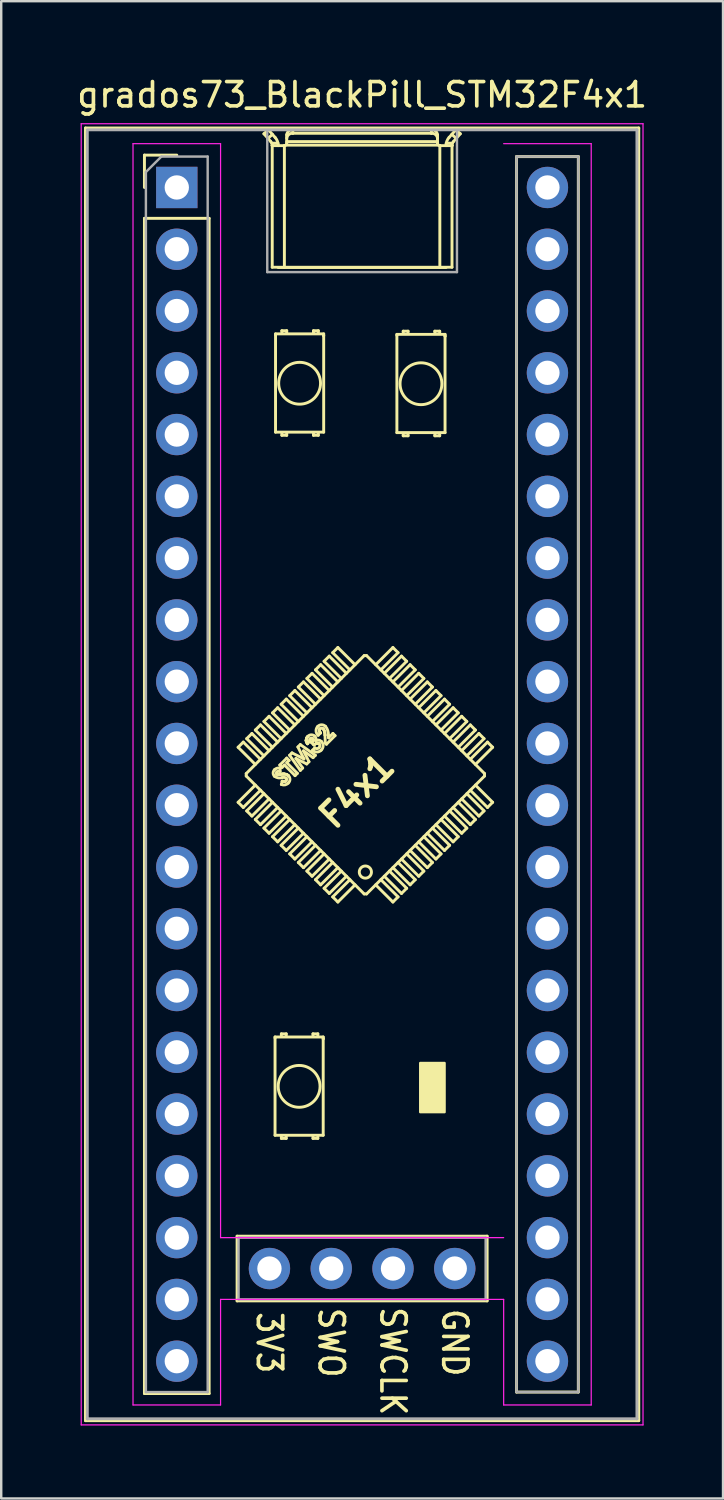
<source format=kicad_pcb>
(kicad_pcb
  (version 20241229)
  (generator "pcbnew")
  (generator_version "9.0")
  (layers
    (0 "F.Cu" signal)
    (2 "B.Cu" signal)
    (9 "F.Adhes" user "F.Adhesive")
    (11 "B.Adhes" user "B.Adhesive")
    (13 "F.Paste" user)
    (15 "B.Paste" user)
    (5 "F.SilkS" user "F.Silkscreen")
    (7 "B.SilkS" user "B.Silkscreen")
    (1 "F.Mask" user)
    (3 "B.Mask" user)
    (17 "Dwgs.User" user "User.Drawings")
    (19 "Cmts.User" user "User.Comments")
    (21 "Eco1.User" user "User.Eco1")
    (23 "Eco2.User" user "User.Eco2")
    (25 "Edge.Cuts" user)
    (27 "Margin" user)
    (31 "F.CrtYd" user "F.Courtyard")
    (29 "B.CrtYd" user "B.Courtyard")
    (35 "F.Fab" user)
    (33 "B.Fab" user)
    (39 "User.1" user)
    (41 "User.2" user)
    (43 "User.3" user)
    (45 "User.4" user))
  (footprint "grados73_BlackPill_STM32F4x1"
    (layer "F.Cu")
    (at 4.219 4.658)
    (property "Reference" "grados73_BlackPill_STM32F4x1" (at 7.62 -3.81 0) (layer "F.SilkS") (effects (font (size 1 1) (thickness 0.15))))
    (attr through_hole)
    (fp_line (start -3.755 -2.445) (end 18.995 -2.445) (stroke (width 0.12) (type solid)) (layer "F.SilkS"))
    (fp_line (start -3.755 50.705) (end -3.755 -2.445) (stroke (width 0.12) (type solid)) (layer "F.SilkS"))
    (fp_line (start -1.33 -1.33) (end 0 -1.33) (stroke (width 0.12) (type solid)) (layer "F.SilkS"))
    (fp_line (start -1.33 0) (end -1.33 -1.33) (stroke (width 0.12) (type solid)) (layer "F.SilkS"))
    (fp_line (start -1.33 1.27) (end 1.33 1.27) (stroke (width 0.12) (type solid)) (layer "F.SilkS"))
    (fp_line (start -1.33 49.59) (end -1.33 1.27) (stroke (width 0.12) (type solid)) (layer "F.SilkS"))
    (fp_line (start 1.33 1.27) (end 1.33 49.59) (stroke (width 0.12) (type solid)) (layer "F.SilkS"))
    (fp_line (start 1.33 49.59) (end -1.33 49.59) (stroke (width 0.12) (type solid)) (layer "F.SilkS"))
    (fp_line (start 2.48 43.12) (end 2.48 45.78) (stroke (width 0.12) (type solid)) (layer "F.SilkS"))
    (fp_line (start 2.48 45.78) (end 12.76 45.78) (stroke (width 0.12) (type solid)) (layer "F.SilkS"))
    (fp_line (start 2.522 23.017) (end 3.229 23.724) (stroke (width 0.12) (type solid)) (layer "F.SilkS"))
    (fp_line (start 2.522 25.28) (end 3.229 24.573) (stroke (width 0.12) (type solid)) (layer "F.SilkS"))
    (fp_line (start 2.734 22.805) (end 2.522 23.017) (stroke (width 0.12) (type solid)) (layer "F.SilkS"))
    (fp_line (start 2.734 22.805) (end 3.441 23.512) (stroke (width 0.12) (type solid)) (layer "F.SilkS"))
    (fp_line (start 2.734 25.492) (end 2.522 25.28) (stroke (width 0.12) (type solid)) (layer "F.SilkS"))
    (fp_line (start 2.734 25.492) (end 3.441 24.785) (stroke (width 0.12) (type solid)) (layer "F.SilkS"))
    (fp_line (start 2.855 24.199) (end 2.855 24.099) (stroke (width 0.12) (type solid)) (layer "F.SilkS"))
    (fp_line (start 2.855 24.199) (end 7.704 29.048) (stroke (width 0.12) (type solid)) (layer "F.SilkS"))
    (fp_line (start 2.875 22.664) (end 3.583 23.371) (stroke (width 0.12) (type solid)) (layer "F.SilkS"))
    (fp_line (start 2.875 25.634) (end 3.583 24.926) (stroke (width 0.12) (type solid)) (layer "F.SilkS"))
    (fp_line (start 3.088 22.452) (end 2.875 22.664) (stroke (width 0.12) (type solid)) (layer "F.SilkS"))
    (fp_line (start 3.088 22.452) (end 3.795 23.159) (stroke (width 0.12) (type solid)) (layer "F.SilkS"))
    (fp_line (start 3.088 25.846) (end 2.875 25.634) (stroke (width 0.12) (type solid)) (layer "F.SilkS"))
    (fp_line (start 3.088 25.846) (end 3.795 25.139) (stroke (width 0.12) (type solid)) (layer "F.SilkS"))
    (fp_line (start 3.229 22.31) (end 3.936 23.017) (stroke (width 0.12) (type solid)) (layer "F.SilkS"))
    (fp_line (start 3.229 25.987) (end 3.936 25.28) (stroke (width 0.12) (type solid)) (layer "F.SilkS"))
    (fp_line (start 3.441 22.098) (end 3.229 22.31) (stroke (width 0.12) (type solid)) (layer "F.SilkS"))
    (fp_line (start 3.441 22.098) (end 4.148 22.805) (stroke (width 0.12) (type solid)) (layer "F.SilkS"))
    (fp_line (start 3.441 26.199) (end 3.229 25.987) (stroke (width 0.12) (type solid)) (layer "F.SilkS"))
    (fp_line (start 3.441 26.199) (end 4.148 25.492) (stroke (width 0.12) (type solid)) (layer "F.SilkS"))
    (fp_line (start 3.583 -2.207) (end 3.861 -1.891) (stroke (width 0.12) (type solid)) (layer "F.SilkS"))
    (fp_line (start 3.583 21.957) (end 4.29 22.664) (stroke (width 0.12) (type solid)) (layer "F.SilkS"))
    (fp_line (start 3.583 26.341) (end 4.29 25.634) (stroke (width 0.12) (type solid)) (layer "F.SilkS"))
    (fp_line (start 3.748 -2.02) (end 3.933 -2.182) (stroke (width 0.12) (type solid)) (layer "F.SilkS"))
    (fp_line (start 3.767 -2.37) (end 3.583 -2.207) (stroke (width 0.12) (type solid)) (layer "F.SilkS"))
    (fp_line (start 3.795 21.744) (end 3.583 21.957) (stroke (width 0.12) (type solid)) (layer "F.SilkS"))
    (fp_line (start 3.795 21.744) (end 4.502 22.452) (stroke (width 0.12) (type solid)) (layer "F.SilkS"))
    (fp_line (start 3.795 26.553) (end 3.583 26.341) (stroke (width 0.12) (type solid)) (layer "F.SilkS"))
    (fp_line (start 3.795 26.553) (end 4.502 25.846) (stroke (width 0.12) (type solid)) (layer "F.SilkS"))
    (fp_line (start 3.924 -1.728) (end 3.929 -1.72) (stroke (width 0.12) (type solid)) (layer "F.SilkS"))
    (fp_line (start 3.924 -1.726) (end 3.924 -1.728) (stroke (width 0.12) (type solid)) (layer "F.SilkS"))
    (fp_line (start 3.924 -1.726) (end 3.924 3.28) (stroke (width 0.12) (type solid)) (layer "F.SilkS"))
    (fp_line (start 3.929 -1.72) (end 3.93 -1.72) (stroke (width 0.12) (type solid)) (layer "F.SilkS"))
    (fp_line (start 3.93 -1.72) (end 4.42 -1.72) (stroke (width 0.12) (type solid)) (layer "F.SilkS"))
    (fp_line (start 3.936 21.603) (end 4.643 22.31) (stroke (width 0.12) (type solid)) (layer "F.SilkS"))
    (fp_line (start 3.936 26.694) (end 4.643 25.987) (stroke (width 0.12) (type solid)) (layer "F.SilkS"))
    (fp_line (start 4.04 34.97) (end 4.04 34.93) (stroke (width 0.12) (type solid)) (layer "F.SilkS"))
    (fp_line (start 4.04 34.98) (end 4.04 38.97) (stroke (width 0.12) (type solid)) (layer "F.SilkS"))
    (fp_line (start 4.04 38.97) (end 6.02 38.97) (stroke (width 0.12) (type solid)) (layer "F.SilkS"))
    (fp_line (start 4.045 -2.055) (end 3.767 -2.37) (stroke (width 0.12) (type solid)) (layer "F.SilkS"))
    (fp_line (start 4.06 6.06) (end 4.06 6.02) (stroke (width 0.12) (type solid)) (layer "F.SilkS"))
    (fp_line (start 4.06 6.07) (end 4.06 10.06) (stroke (width 0.12) (type solid)) (layer "F.SilkS"))
    (fp_line (start 4.06 10.06) (end 6.04 10.06) (stroke (width 0.12) (type solid)) (layer "F.SilkS"))
    (fp_line (start 4.108 24.11) (end 4.126 24.122) (stroke (width 0.12) (type solid)) (layer "F.SilkS"))
    (fp_line (start 4.108 24.11) (end 4.126 24.122) (stroke (width 0.12) (type solid)) (layer "F.SilkS"))
    (fp_line (start 4.126 24.122) (end 4.142 24.127) (stroke (width 0.12) (type solid)) (layer "F.SilkS"))
    (fp_line (start 4.126 24.122) (end 4.142 24.127) (stroke (width 0.12) (type solid)) (layer "F.SilkS"))
    (fp_line (start 4.142 24.127) (end 4.221 24.127) (stroke (width 0.12) (type solid)) (layer "F.SilkS"))
    (fp_line (start 4.142 24.127) (end 4.221 24.127) (stroke (width 0.12) (type solid)) (layer "F.SilkS"))
    (fp_line (start 4.148 21.391) (end 3.936 21.603) (stroke (width 0.12) (type solid)) (layer "F.SilkS"))
    (fp_line (start 4.148 21.391) (end 4.855 22.098) (stroke (width 0.12) (type solid)) (layer "F.SilkS"))
    (fp_line (start 4.148 26.906) (end 3.936 26.694) (stroke (width 0.12) (type solid)) (layer "F.SilkS"))
    (fp_line (start 4.148 26.906) (end 4.855 26.199) (stroke (width 0.12) (type solid)) (layer "F.SilkS"))
    (fp_line (start 4.161 -1.82) (end 3.905 -1.82) (stroke (width 0.12) (type solid)) (layer "F.SilkS"))
    (fp_line (start 4.17 -1.72) (end 4.17 -1.724) (stroke (width 0.12) (type solid)) (layer "F.SilkS"))
    (fp_line (start 4.221 24.127) (end 4.283 24.123) (stroke (width 0.12) (type solid)) (layer "F.SilkS"))
    (fp_line (start 4.221 24.127) (end 4.283 24.123) (stroke (width 0.12) (type solid)) (layer "F.SilkS"))
    (fp_line (start 4.236 23.749) (end 4.522 23.463) (stroke (width 0.12) (type solid)) (layer "F.SilkS"))
    (fp_line (start 4.253 23.874) (end 4.247 24.011) (stroke (width 0.12) (type solid)) (layer "F.SilkS"))
    (fp_line (start 4.283 24.123) (end 4.355 24.118) (stroke (width 0.12) (type solid)) (layer "F.SilkS"))
    (fp_line (start 4.283 24.123) (end 4.355 24.118) (stroke (width 0.12) (type solid)) (layer "F.SilkS"))
    (fp_line (start 4.29 21.249) (end 4.997 21.957) (stroke (width 0.12) (type solid)) (layer "F.SilkS"))
    (fp_line (start 4.29 27.048) (end 4.997 26.341) (stroke (width 0.12) (type solid)) (layer "F.SilkS"))
    (fp_line (start 4.3 34.8) (end 4.5 34.8) (stroke (width 0.12) (type solid)) (layer "F.SilkS"))
    (fp_line (start 4.3 34.87) (end 4.3 34.8) (stroke (width 0.12) (type solid)) (layer "F.SilkS"))
    (fp_line (start 4.3 39.03) (end 4.3 39.1) (stroke (width 0.12) (type solid)) (layer "F.SilkS"))
    (fp_line (start 4.3 39.1) (end 4.5 39.1) (stroke (width 0.12) (type solid)) (layer "F.SilkS"))
    (fp_line (start 4.3 24.547) (end 4.334 24.413) (stroke (width 0.12) (type solid)) (layer "F.SilkS"))
    (fp_line (start 4.32 5.89) (end 4.52 5.89) (stroke (width 0.12) (type solid)) (layer "F.SilkS"))
    (fp_line (start 4.32 5.96) (end 4.32 5.89) (stroke (width 0.12) (type solid)) (layer "F.SilkS"))
    (fp_line (start 4.32 10.12) (end 4.32 10.19) (stroke (width 0.12) (type solid)) (layer "F.SilkS"))
    (fp_line (start 4.32 10.19) (end 4.52 10.19) (stroke (width 0.12) (type solid)) (layer "F.SilkS"))
    (fp_line (start 4.331 23.844) (end 4.236 23.749) (stroke (width 0.12) (type solid)) (layer "F.SilkS"))
    (fp_line (start 4.334 24.413) (end 4.424 24.424) (stroke (width 0.12) (type solid)) (layer "F.SilkS"))
    (fp_line (start 4.334 24.413) (end 4.424 24.424) (stroke (width 0.12) (type solid)) (layer "F.SilkS"))
    (fp_line (start 4.355 24.118) (end 4.412 24.116) (stroke (width 0.12) (type solid)) (layer "F.SilkS"))
    (fp_line (start 4.355 24.118) (end 4.412 24.116) (stroke (width 0.12) (type solid)) (layer "F.SilkS"))
    (fp_line (start 4.412 24.116) (end 4.518 24.135) (stroke (width 0.12) (type solid)) (layer "F.SilkS"))
    (fp_line (start 4.412 24.116) (end 4.518 24.135) (stroke (width 0.12) (type solid)) (layer "F.SilkS"))
    (fp_line (start 4.42 -1.72) (end 4.424 -1.72) (stroke (width 0.12) (type solid)) (layer "F.SilkS"))
    (fp_line (start 4.424 -1.72) (end 4.424 3.29) (stroke (width 0.12) (type solid)) (layer "F.SilkS"))
    (fp_line (start 4.424 24.424) (end 4.459 24.415) (stroke (width 0.12) (type solid)) (layer "F.SilkS"))
    (fp_line (start 4.424 24.424) (end 4.459 24.415) (stroke (width 0.12) (type solid)) (layer "F.SilkS"))
    (fp_line (start 4.427 23.749) (end 4.331 23.844) (stroke (width 0.12) (type solid)) (layer "F.SilkS"))
    (fp_line (start 4.459 24.415) (end 4.489 24.394) (stroke (width 0.12) (type solid)) (layer "F.SilkS"))
    (fp_line (start 4.459 24.415) (end 4.489 24.394) (stroke (width 0.12) (type solid)) (layer "F.SilkS"))
    (fp_line (start 4.5 34.8) (end 4.5 34.89) (stroke (width 0.12) (type solid)) (layer "F.SilkS"))
    (fp_line (start 4.5 39.1) (end 4.5 39.02) (stroke (width 0.12) (type solid)) (layer "F.SilkS"))
    (fp_line (start 4.502 21.037) (end 4.29 21.249) (stroke (width 0.12) (type solid)) (layer "F.SilkS"))
    (fp_line (start 4.502 21.037) (end 5.209 21.744) (stroke (width 0.12) (type solid)) (layer "F.SilkS"))
    (fp_line (start 4.502 27.26) (end 4.29 27.048) (stroke (width 0.12) (type solid)) (layer "F.SilkS"))
    (fp_line (start 4.502 27.26) (end 5.209 26.553) (stroke (width 0.12) (type solid)) (layer "F.SilkS"))
    (fp_line (start 4.518 24.135) (end 4.588 24.183) (stroke (width 0.12) (type solid)) (layer "F.SilkS"))
    (fp_line (start 4.518 24.135) (end 4.588 24.183) (stroke (width 0.12) (type solid)) (layer "F.SilkS"))
    (fp_line (start 4.52 -2.165) (end 4.52 -1.82) (stroke (width 0.12) (type solid)) (layer "F.SilkS"))
    (fp_line (start 4.52 -1.885) (end 10.72 -1.885) (stroke (width 0.12) (type solid)) (layer "F.SilkS"))
    (fp_line (start 4.52 5.89) (end 4.52 5.98) (stroke (width 0.12) (type solid)) (layer "F.SilkS"))
    (fp_line (start 4.52 10.19) (end 4.52 10.11) (stroke (width 0.12) (type solid)) (layer "F.SilkS"))
    (fp_line (start 4.522 23.463) (end 4.617 23.559) (stroke (width 0.12) (type solid)) (layer "F.SilkS"))
    (fp_line (start 4.522 23.654) (end 4.957 24.089) (stroke (width 0.12) (type solid)) (layer "F.SilkS"))
    (fp_line (start 4.617 23.559) (end 4.522 23.654) (stroke (width 0.12) (type solid)) (layer "F.SilkS"))
    (fp_line (start 4.639 23.347) (end 4.737 23.248) (stroke (width 0.12) (type solid)) (layer "F.SilkS"))
    (fp_line (start 4.643 20.896) (end 5.35 21.603) (stroke (width 0.12) (type solid)) (layer "F.SilkS"))
    (fp_line (start 4.643 27.401) (end 5.35 26.694) (stroke (width 0.12) (type solid)) (layer "F.SilkS"))
    (fp_line (start 4.737 23.248) (end 5.228 23.497) (stroke (width 0.12) (type solid)) (layer "F.SilkS"))
    (fp_line (start 4.77 -2.227) (end 4.77 -2.37) (stroke (width 0.12) (type solid)) (layer "F.SilkS"))
    (fp_line (start 4.855 20.684) (end 4.643 20.896) (stroke (width 0.12) (type solid)) (layer "F.SilkS"))
    (fp_line (start 4.855 20.684) (end 5.562 21.391) (stroke (width 0.12) (type solid)) (layer "F.SilkS"))
    (fp_line (start 4.855 27.613) (end 4.643 27.401) (stroke (width 0.12) (type solid)) (layer "F.SilkS"))
    (fp_line (start 4.855 27.613) (end 5.562 26.906) (stroke (width 0.12) (type solid)) (layer "F.SilkS"))
    (fp_line (start 4.862 24.184) (end 4.427 23.749) (stroke (width 0.12) (type solid)) (layer "F.SilkS"))
    (fp_line (start 4.897 23.479) (end 5.176 23.87) (stroke (width 0.12) (type solid)) (layer "F.SilkS"))
    (fp_line (start 4.957 24.089) (end 4.862 24.184) (stroke (width 0.12) (type solid)) (layer "F.SilkS"))
    (fp_line (start 4.98 23.005) (end 5.078 22.907) (stroke (width 0.12) (type solid)) (layer "F.SilkS"))
    (fp_line (start 4.997 20.542) (end 5.704 21.249) (stroke (width 0.12) (type solid)) (layer "F.SilkS"))
    (fp_line (start 4.997 27.755) (end 5.704 27.048) (stroke (width 0.12) (type solid)) (layer "F.SilkS"))
    (fp_line (start 5.078 22.907) (end 5.698 23.348) (stroke (width 0.12) (type solid)) (layer "F.SilkS"))
    (fp_line (start 5.079 23.967) (end 4.639 23.347) (stroke (width 0.12) (type solid)) (layer "F.SilkS"))
    (fp_line (start 5.176 23.87) (end 5.079 23.967) (stroke (width 0.12) (type solid)) (layer "F.SilkS"))
    (fp_line (start 5.209 20.33) (end 4.997 20.542) (stroke (width 0.12) (type solid)) (layer "F.SilkS"))
    (fp_line (start 5.209 20.33) (end 5.916 21.037) (stroke (width 0.12) (type solid)) (layer "F.SilkS"))
    (fp_line (start 5.209 27.967) (end 4.997 27.755) (stroke (width 0.12) (type solid)) (layer "F.SilkS"))
    (fp_line (start 5.209 27.967) (end 5.916 27.26) (stroke (width 0.12) (type solid)) (layer "F.SilkS"))
    (fp_line (start 5.21 23.166) (end 5.435 23.611) (stroke (width 0.12) (type solid)) (layer "F.SilkS"))
    (fp_line (start 5.228 23.497) (end 4.98 23.005) (stroke (width 0.12) (type solid)) (layer "F.SilkS"))
    (fp_line (start 5.319 22.738) (end 5.339 22.637) (stroke (width 0.12) (type solid)) (layer "F.SilkS"))
    (fp_line (start 5.319 22.738) (end 5.339 22.637) (stroke (width 0.12) (type solid)) (layer "F.SilkS"))
    (fp_line (start 5.331 22.801) (end 5.319 22.738) (stroke (width 0.12) (type solid)) (layer "F.SilkS"))
    (fp_line (start 5.331 22.801) (end 5.319 22.738) (stroke (width 0.12) (type solid)) (layer "F.SilkS"))
    (fp_line (start 5.339 22.637) (end 5.387 22.571) (stroke (width 0.12) (type solid)) (layer "F.SilkS"))
    (fp_line (start 5.339 22.637) (end 5.387 22.571) (stroke (width 0.12) (type solid)) (layer "F.SilkS"))
    (fp_line (start 5.342 23.704) (end 4.897 23.479) (stroke (width 0.12) (type solid)) (layer "F.SilkS"))
    (fp_line (start 5.35 20.189) (end 6.057 20.896) (stroke (width 0.12) (type solid)) (layer "F.SilkS"))
    (fp_line (start 5.35 28.108) (end 6.057 27.401) (stroke (width 0.12) (type solid)) (layer "F.SilkS"))
    (fp_line (start 5.372 22.872) (end 5.331 22.801) (stroke (width 0.12) (type solid)) (layer "F.SilkS"))
    (fp_line (start 5.372 22.872) (end 5.331 22.801) (stroke (width 0.12) (type solid)) (layer "F.SilkS"))
    (fp_line (start 5.435 23.611) (end 5.342 23.704) (stroke (width 0.12) (type solid)) (layer "F.SilkS"))
    (fp_line (start 5.467 22.777) (end 5.372 22.872) (stroke (width 0.12) (type solid)) (layer "F.SilkS"))
    (fp_line (start 5.549 22.831) (end 5.6 22.752) (stroke (width 0.12) (type solid)) (layer "F.SilkS"))
    (fp_line (start 5.549 22.831) (end 5.6 22.752) (stroke (width 0.12) (type solid)) (layer "F.SilkS"))
    (fp_line (start 5.562 19.977) (end 5.35 20.189) (stroke (width 0.12) (type solid)) (layer "F.SilkS"))
    (fp_line (start 5.562 19.977) (end 6.27 20.684) (stroke (width 0.12) (type solid)) (layer "F.SilkS"))
    (fp_line (start 5.562 28.321) (end 5.35 28.108) (stroke (width 0.12) (type solid)) (layer "F.SilkS"))
    (fp_line (start 5.562 28.321) (end 6.27 27.613) (stroke (width 0.12) (type solid)) (layer "F.SilkS"))
    (fp_line (start 5.583 23.137) (end 5.678 23.042) (stroke (width 0.12) (type solid)) (layer "F.SilkS"))
    (fp_line (start 5.598 22.683) (end 5.585 22.664) (stroke (width 0.12) (type solid)) (layer "F.SilkS"))
    (fp_line (start 5.598 22.683) (end 5.585 22.664) (stroke (width 0.12) (type solid)) (layer "F.SilkS"))
    (fp_line (start 5.6 34.8) (end 5.6 34.9) (stroke (width 0.12) (type solid)) (layer "F.SilkS"))
    (fp_line (start 5.6 39.1) (end 5.6 39.03) (stroke (width 0.12) (type solid)) (layer "F.SilkS"))
    (fp_line (start 5.6 22.752) (end 5.605 22.706) (stroke (width 0.12) (type solid)) (layer "F.SilkS"))
    (fp_line (start 5.6 22.752) (end 5.605 22.706) (stroke (width 0.12) (type solid)) (layer "F.SilkS"))
    (fp_line (start 5.602 23.444) (end 5.21 23.166) (stroke (width 0.12) (type solid)) (layer "F.SilkS"))
    (fp_line (start 5.605 22.706) (end 5.598 22.683) (stroke (width 0.12) (type solid)) (layer "F.SilkS"))
    (fp_line (start 5.605 22.706) (end 5.598 22.683) (stroke (width 0.12) (type solid)) (layer "F.SilkS"))
    (fp_line (start 5.62 5.89) (end 5.62 5.99) (stroke (width 0.12) (type solid)) (layer "F.SilkS"))
    (fp_line (start 5.62 10.19) (end 5.62 10.12) (stroke (width 0.12) (type solid)) (layer "F.SilkS"))
    (fp_line (start 5.637 22.92) (end 5.549 22.831) (stroke (width 0.12) (type solid)) (layer "F.SilkS"))
    (fp_line (start 5.698 23.348) (end 5.602 23.444) (stroke (width 0.12) (type solid)) (layer "F.SilkS"))
    (fp_line (start 5.704 19.835) (end 6.411 20.542) (stroke (width 0.12) (type solid)) (layer "F.SilkS"))
    (fp_line (start 5.704 28.462) (end 6.411 27.755) (stroke (width 0.12) (type solid)) (layer "F.SilkS"))
    (fp_line (start 5.738 22.854) (end 5.637 22.92) (stroke (width 0.12) (type solid)) (layer "F.SilkS"))
    (fp_line (start 5.738 22.854) (end 5.637 22.92) (stroke (width 0.12) (type solid)) (layer "F.SilkS"))
    (fp_line (start 5.798 22.849) (end 5.738 22.854) (stroke (width 0.12) (type solid)) (layer "F.SilkS"))
    (fp_line (start 5.798 22.849) (end 5.738 22.854) (stroke (width 0.12) (type solid)) (layer "F.SilkS"))
    (fp_line (start 5.8 34.8) (end 5.6 34.8) (stroke (width 0.12) (type solid)) (layer "F.SilkS"))
    (fp_line (start 5.8 34.87) (end 5.8 34.8) (stroke (width 0.12) (type solid)) (layer "F.SilkS"))
    (fp_line (start 5.8 39.03) (end 5.8 39.1) (stroke (width 0.12) (type solid)) (layer "F.SilkS"))
    (fp_line (start 5.8 39.1) (end 5.6 39.1) (stroke (width 0.12) (type solid)) (layer "F.SilkS"))
    (fp_line (start 5.82 5.89) (end 5.62 5.89) (stroke (width 0.12) (type solid)) (layer "F.SilkS"))
    (fp_line (start 5.82 5.96) (end 5.82 5.89) (stroke (width 0.12) (type solid)) (layer "F.SilkS"))
    (fp_line (start 5.82 10.12) (end 5.82 10.19) (stroke (width 0.12) (type solid)) (layer "F.SilkS"))
    (fp_line (start 5.82 10.19) (end 5.62 10.19) (stroke (width 0.12) (type solid)) (layer "F.SilkS"))
    (fp_line (start 5.827 22.858) (end 5.798 22.849) (stroke (width 0.12) (type solid)) (layer "F.SilkS"))
    (fp_line (start 5.827 22.858) (end 5.798 22.849) (stroke (width 0.12) (type solid)) (layer "F.SilkS"))
    (fp_line (start 5.852 22.876) (end 5.827 22.858) (stroke (width 0.12) (type solid)) (layer "F.SilkS"))
    (fp_line (start 5.852 22.876) (end 5.827 22.858) (stroke (width 0.12) (type solid)) (layer "F.SilkS"))
    (fp_line (start 5.862 22.307) (end 5.866 22.36) (stroke (width 0.12) (type solid)) (layer "F.SilkS"))
    (fp_line (start 5.862 22.307) (end 5.866 22.36) (stroke (width 0.12) (type solid)) (layer "F.SilkS"))
    (fp_line (start 5.866 22.36) (end 5.909 22.43) (stroke (width 0.12) (type solid)) (layer "F.SilkS"))
    (fp_line (start 5.866 22.36) (end 5.909 22.43) (stroke (width 0.12) (type solid)) (layer "F.SilkS"))
    (fp_line (start 5.887 22.261) (end 5.862 22.307) (stroke (width 0.12) (type solid)) (layer "F.SilkS"))
    (fp_line (start 5.887 22.261) (end 5.862 22.307) (stroke (width 0.12) (type solid)) (layer "F.SilkS"))
    (fp_line (start 5.909 22.43) (end 5.814 22.525) (stroke (width 0.12) (type solid)) (layer "F.SilkS"))
    (fp_line (start 5.916 19.623) (end 5.704 19.835) (stroke (width 0.12) (type solid)) (layer "F.SilkS"))
    (fp_line (start 5.916 19.623) (end 6.623 20.33) (stroke (width 0.12) (type solid)) (layer "F.SilkS"))
    (fp_line (start 5.916 28.674) (end 5.704 28.462) (stroke (width 0.12) (type solid)) (layer "F.SilkS"))
    (fp_line (start 5.916 28.674) (end 6.623 27.967) (stroke (width 0.12) (type solid)) (layer "F.SilkS"))
    (fp_line (start 6.02 34.93) (end 4.04 34.93) (stroke (width 0.12) (type solid)) (layer "F.SilkS"))
    (fp_line (start 6.02 34.98) (end 6.02 34.93) (stroke (width 0.12) (type solid)) (layer "F.SilkS"))
    (fp_line (start 6.02 35) (end 6.02 34.99) (stroke (width 0.12) (type solid)) (layer "F.SilkS"))
    (fp_line (start 6.02 35.01) (end 6.02 35) (stroke (width 0.12) (type solid)) (layer "F.SilkS"))
    (fp_line (start 6.02 38.97) (end 6.02 35.03) (stroke (width 0.12) (type solid)) (layer "F.SilkS"))
    (fp_line (start 6.04 6.02) (end 4.06 6.02) (stroke (width 0.12) (type solid)) (layer "F.SilkS"))
    (fp_line (start 6.04 6.07) (end 6.04 6.02) (stroke (width 0.12) (type solid)) (layer "F.SilkS"))
    (fp_line (start 6.04 6.09) (end 6.04 6.08) (stroke (width 0.12) (type solid)) (layer "F.SilkS"))
    (fp_line (start 6.04 6.1) (end 6.04 6.09) (stroke (width 0.12) (type solid)) (layer "F.SilkS"))
    (fp_line (start 6.04 10.06) (end 6.04 6.12) (stroke (width 0.12) (type solid)) (layer "F.SilkS"))
    (fp_line (start 6.057 19.482) (end 6.765 20.189) (stroke (width 0.12) (type solid)) (layer "F.SilkS"))
    (fp_line (start 6.057 28.815) (end 6.765 28.108) (stroke (width 0.12) (type solid)) (layer "F.SilkS"))
    (fp_line (start 6.08 22.368) (end 6.027 22.263) (stroke (width 0.12) (type solid)) (layer "F.SilkS"))
    (fp_line (start 6.08 22.368) (end 6.027 22.263) (stroke (width 0.12) (type solid)) (layer "F.SilkS"))
    (fp_line (start 6.095 22.52) (end 6.08 22.368) (stroke (width 0.12) (type solid)) (layer "F.SilkS"))
    (fp_line (start 6.095 22.52) (end 6.08 22.368) (stroke (width 0.12) (type solid)) (layer "F.SilkS"))
    (fp_line (start 6.105 22.844) (end 6.095 22.52) (stroke (width 0.12) (type solid)) (layer "F.SilkS"))
    (fp_line (start 6.154 22.892) (end 6.105 22.844) (stroke (width 0.12) (type solid)) (layer "F.SilkS"))
    (fp_line (start 6.232 22.51) (end 6.24 22.629) (stroke (width 0.12) (type solid)) (layer "F.SilkS"))
    (fp_line (start 6.24 22.629) (end 6.419 22.45) (stroke (width 0.12) (type solid)) (layer "F.SilkS"))
    (fp_line (start 6.27 19.27) (end 6.057 19.482) (stroke (width 0.12) (type solid)) (layer "F.SilkS"))
    (fp_line (start 6.27 19.27) (end 6.977 19.977) (stroke (width 0.12) (type solid)) (layer "F.SilkS"))
    (fp_line (start 6.27 29.028) (end 6.057 28.815) (stroke (width 0.12) (type solid)) (layer "F.SilkS"))
    (fp_line (start 6.27 29.028) (end 6.977 28.321) (stroke (width 0.12) (type solid)) (layer "F.SilkS"))
    (fp_line (start 6.411 19.128) (end 7.118 19.835) (stroke (width 0.12) (type solid)) (layer "F.SilkS"))
    (fp_line (start 6.411 29.169) (end 7.118 28.462) (stroke (width 0.12) (type solid)) (layer "F.SilkS"))
    (fp_line (start 6.419 22.45) (end 6.507 22.539) (stroke (width 0.12) (type solid)) (layer "F.SilkS"))
    (fp_line (start 6.507 22.539) (end 6.154 22.892) (stroke (width 0.12) (type solid)) (layer "F.SilkS"))
    (fp_line (start 6.623 18.916) (end 6.411 19.128) (stroke (width 0.12) (type solid)) (layer "F.SilkS"))
    (fp_line (start 6.623 18.916) (end 7.33 19.623) (stroke (width 0.12) (type solid)) (layer "F.SilkS"))
    (fp_line (start 6.623 29.381) (end 6.411 29.169) (stroke (width 0.12) (type solid)) (layer "F.SilkS"))
    (fp_line (start 6.623 29.381) (end 7.33 28.674) (stroke (width 0.12) (type solid)) (layer "F.SilkS"))
    (fp_line (start 7.704 19.249) (end 2.855 24.099) (stroke (width 0.12) (type solid)) (layer "F.SilkS"))
    (fp_line (start 7.704 29.048) (end 7.804 29.048) (stroke (width 0.12) (type solid)) (layer "F.SilkS"))
    (fp_line (start 7.804 19.249) (end 7.704 19.249) (stroke (width 0.12) (type solid)) (layer "F.SilkS"))
    (fp_line (start 8.886 18.916) (end 8.179 19.623) (stroke (width 0.12) (type solid)) (layer "F.SilkS"))
    (fp_line (start 8.886 29.381) (end 8.179 28.674) (stroke (width 0.12) (type solid)) (layer "F.SilkS"))
    (fp_line (start 9.05 6.08) (end 9.05 6.04) (stroke (width 0.12) (type solid)) (layer "F.SilkS"))
    (fp_line (start 9.05 6.09) (end 9.05 10.08) (stroke (width 0.12) (type solid)) (layer "F.SilkS"))
    (fp_line (start 9.05 10.08) (end 11.03 10.08) (stroke (width 0.12) (type solid)) (layer "F.SilkS"))
    (fp_line (start 9.098 19.128) (end 8.391 19.835) (stroke (width 0.12) (type solid)) (layer "F.SilkS"))
    (fp_line (start 9.098 19.128) (end 8.886 18.916) (stroke (width 0.12) (type solid)) (layer "F.SilkS"))
    (fp_line (start 9.098 29.169) (end 8.391 28.462) (stroke (width 0.12) (type solid)) (layer "F.SilkS"))
    (fp_line (start 9.098 29.169) (end 8.886 29.381) (stroke (width 0.12) (type solid)) (layer "F.SilkS"))
    (fp_line (start 9.239 19.27) (end 8.532 19.977) (stroke (width 0.12) (type solid)) (layer "F.SilkS"))
    (fp_line (start 9.239 29.028) (end 8.532 28.321) (stroke (width 0.12) (type solid)) (layer "F.SilkS"))
    (fp_line (start 9.31 5.91) (end 9.51 5.91) (stroke (width 0.12) (type solid)) (layer "F.SilkS"))
    (fp_line (start 9.31 5.98) (end 9.31 5.91) (stroke (width 0.12) (type solid)) (layer "F.SilkS"))
    (fp_line (start 9.31 10.14) (end 9.31 10.21) (stroke (width 0.12) (type solid)) (layer "F.SilkS"))
    (fp_line (start 9.31 10.21) (end 9.51 10.21) (stroke (width 0.12) (type solid)) (layer "F.SilkS"))
    (fp_line (start 9.452 19.482) (end 8.744 20.189) (stroke (width 0.12) (type solid)) (layer "F.SilkS"))
    (fp_line (start 9.452 19.482) (end 9.239 19.27) (stroke (width 0.12) (type solid)) (layer "F.SilkS"))
    (fp_line (start 9.452 28.815) (end 8.744 28.108) (stroke (width 0.12) (type solid)) (layer "F.SilkS"))
    (fp_line (start 9.452 28.815) (end 9.239 29.028) (stroke (width 0.12) (type solid)) (layer "F.SilkS"))
    (fp_line (start 9.51 5.91) (end 9.51 6) (stroke (width 0.12) (type solid)) (layer "F.SilkS"))
    (fp_line (start 9.51 10.21) (end 9.51 10.13) (stroke (width 0.12) (type solid)) (layer "F.SilkS"))
    (fp_line (start 9.593 19.623) (end 8.886 20.33) (stroke (width 0.12) (type solid)) (layer "F.SilkS"))
    (fp_line (start 9.593 28.674) (end 8.886 27.967) (stroke (width 0.12) (type solid)) (layer "F.SilkS"))
    (fp_line (start 9.805 19.835) (end 9.098 20.542) (stroke (width 0.12) (type solid)) (layer "F.SilkS"))
    (fp_line (start 9.805 19.835) (end 9.593 19.623) (stroke (width 0.12) (type solid)) (layer "F.SilkS"))
    (fp_line (start 9.805 28.462) (end 9.098 27.755) (stroke (width 0.12) (type solid)) (layer "F.SilkS"))
    (fp_line (start 9.805 28.462) (end 9.593 28.674) (stroke (width 0.12) (type solid)) (layer "F.SilkS"))
    (fp_line (start 9.947 19.977) (end 9.239 20.684) (stroke (width 0.12) (type solid)) (layer "F.SilkS"))
    (fp_line (start 9.947 28.321) (end 9.239 27.613) (stroke (width 0.12) (type solid)) (layer "F.SilkS"))
    (fp_line (start 10.159 20.189) (end 9.452 20.896) (stroke (width 0.12) (type solid)) (layer "F.SilkS"))
    (fp_line (start 10.159 20.189) (end 9.947 19.977) (stroke (width 0.12) (type solid)) (layer "F.SilkS"))
    (fp_line (start 10.159 28.108) (end 9.452 27.401) (stroke (width 0.12) (type solid)) (layer "F.SilkS"))
    (fp_line (start 10.159 28.108) (end 9.947 28.321) (stroke (width 0.12) (type solid)) (layer "F.SilkS"))
    (fp_line (start 10.3 20.33) (end 9.593 21.037) (stroke (width 0.12) (type solid)) (layer "F.SilkS"))
    (fp_line (start 10.3 27.967) (end 9.593 27.26) (stroke (width 0.12) (type solid)) (layer "F.SilkS"))
    (fp_line (start 10.47 -2.37) (end 4.77 -2.37) (stroke (width 0.12) (type solid)) (layer "F.SilkS"))
    (fp_line (start 10.47 -2.227) (end 4.77 -2.227) (stroke (width 0.12) (type solid)) (layer "F.SilkS"))
    (fp_line (start 10.47 -2.227) (end 10.47 -2.37) (stroke (width 0.12) (type solid)) (layer "F.SilkS"))
    (fp_line (start 10.512 20.542) (end 9.805 21.249) (stroke (width 0.12) (type solid)) (layer "F.SilkS"))
    (fp_line (start 10.512 20.542) (end 10.3 20.33) (stroke (width 0.12) (type solid)) (layer "F.SilkS"))
    (fp_line (start 10.512 27.755) (end 9.805 27.048) (stroke (width 0.12) (type solid)) (layer "F.SilkS"))
    (fp_line (start 10.512 27.755) (end 10.3 27.967) (stroke (width 0.12) (type solid)) (layer "F.SilkS"))
    (fp_line (start 10.61 5.91) (end 10.61 6.01) (stroke (width 0.12) (type solid)) (layer "F.SilkS"))
    (fp_line (start 10.61 10.21) (end 10.61 10.14) (stroke (width 0.12) (type solid)) (layer "F.SilkS"))
    (fp_line (start 10.654 20.684) (end 9.947 21.391) (stroke (width 0.12) (type solid)) (layer "F.SilkS"))
    (fp_line (start 10.654 27.613) (end 9.947 26.906) (stroke (width 0.12) (type solid)) (layer "F.SilkS"))
    (fp_line (start 10.72 -2.165) (end 10.72 -1.82) (stroke (width 0.12) (type solid)) (layer "F.SilkS"))
    (fp_line (start 10.758 -1.741) (end 4.482 -1.741) (stroke (width 0.12) (type solid)) (layer "F.SilkS"))
    (fp_line (start 10.81 5.91) (end 10.61 5.91) (stroke (width 0.12) (type solid)) (layer "F.SilkS"))
    (fp_line (start 10.81 5.98) (end 10.81 5.91) (stroke (width 0.12) (type solid)) (layer "F.SilkS"))
    (fp_line (start 10.81 10.14) (end 10.81 10.21) (stroke (width 0.12) (type solid)) (layer "F.SilkS"))
    (fp_line (start 10.81 10.21) (end 10.61 10.21) (stroke (width 0.12) (type solid)) (layer "F.SilkS"))
    (fp_line (start 10.816 -1.72) (end 10.816 3.29) (stroke (width 0.12) (type solid)) (layer "F.SilkS"))
    (fp_line (start 10.82 -1.72) (end 10.816 -1.72) (stroke (width 0.12) (type solid)) (layer "F.SilkS"))
    (fp_line (start 10.866 20.896) (end 10.159 21.603) (stroke (width 0.12) (type solid)) (layer "F.SilkS"))
    (fp_line (start 10.866 20.896) (end 10.654 20.684) (stroke (width 0.12) (type solid)) (layer "F.SilkS"))
    (fp_line (start 10.866 27.401) (end 10.159 26.694) (stroke (width 0.12) (type solid)) (layer "F.SilkS"))
    (fp_line (start 10.866 27.401) (end 10.654 27.613) (stroke (width 0.12) (type solid)) (layer "F.SilkS"))
    (fp_line (start 11.007 21.037) (end 10.3 21.744) (stroke (width 0.12) (type solid)) (layer "F.SilkS"))
    (fp_line (start 11.007 27.26) (end 10.3 26.553) (stroke (width 0.12) (type solid)) (layer "F.SilkS"))
    (fp_line (start 11.03 6.04) (end 9.05 6.04) (stroke (width 0.12) (type solid)) (layer "F.SilkS"))
    (fp_line (start 11.03 6.09) (end 11.03 6.04) (stroke (width 0.12) (type solid)) (layer "F.SilkS"))
    (fp_line (start 11.03 6.11) (end 11.03 6.1) (stroke (width 0.12) (type solid)) (layer "F.SilkS"))
    (fp_line (start 11.03 6.12) (end 11.03 6.11) (stroke (width 0.12) (type solid)) (layer "F.SilkS"))
    (fp_line (start 11.03 10.08) (end 11.03 6.14) (stroke (width 0.12) (type solid)) (layer "F.SilkS"))
    (fp_line (start 11.07 -1.72) (end 11.07 -1.724) (stroke (width 0.12) (type solid)) (layer "F.SilkS"))
    (fp_line (start 11.07 3.29) (end 4.17 3.29) (stroke (width 0.12) (type solid)) (layer "F.SilkS"))
    (fp_line (start 11.079 -1.82) (end 11.335 -1.82) (stroke (width 0.12) (type solid)) (layer "F.SilkS"))
    (fp_line (start 11.195 -2.055) (end 11.473 -2.37) (stroke (width 0.12) (type solid)) (layer "F.SilkS"))
    (fp_line (start 11.219 21.249) (end 10.512 21.957) (stroke (width 0.12) (type solid)) (layer "F.SilkS"))
    (fp_line (start 11.219 21.249) (end 11.007 21.037) (stroke (width 0.12) (type solid)) (layer "F.SilkS"))
    (fp_line (start 11.219 27.048) (end 10.512 26.341) (stroke (width 0.12) (type solid)) (layer "F.SilkS"))
    (fp_line (start 11.219 27.048) (end 11.007 27.26) (stroke (width 0.12) (type solid)) (layer "F.SilkS"))
    (fp_line (start 11.31 -1.72) (end 10.82 -1.72) (stroke (width 0.12) (type solid)) (layer "F.SilkS"))
    (fp_line (start 11.311 -1.72) (end 11.31 -1.72) (stroke (width 0.12) (type solid)) (layer "F.SilkS"))
    (fp_line (start 11.316 -1.726) (end 11.316 3.28) (stroke (width 0.12) (type solid)) (layer "F.SilkS"))
    (fp_line (start 11.316 -1.726) (end 11.316 -1.728) (stroke (width 0.12) (type solid)) (layer "F.SilkS"))
    (fp_line (start 11.316 3.28) (end 3.924 3.28) (stroke (width 0.12) (type solid)) (layer "F.SilkS"))
    (fp_line (start 11.316 -1.728) (end 11.311 -1.72) (stroke (width 0.12) (type solid)) (layer "F.SilkS"))
    (fp_line (start 11.361 21.391) (end 10.654 22.098) (stroke (width 0.12) (type solid)) (layer "F.SilkS"))
    (fp_line (start 11.361 26.906) (end 10.654 26.199) (stroke (width 0.12) (type solid)) (layer "F.SilkS"))
    (fp_line (start 11.473 -2.37) (end 11.657 -2.207) (stroke (width 0.12) (type solid)) (layer "F.SilkS"))
    (fp_line (start 11.492 -2.02) (end 11.307 -2.182) (stroke (width 0.12) (type solid)) (layer "F.SilkS"))
    (fp_line (start 11.573 21.603) (end 10.866 22.31) (stroke (width 0.12) (type solid)) (layer "F.SilkS"))
    (fp_line (start 11.573 21.603) (end 11.361 21.391) (stroke (width 0.12) (type solid)) (layer "F.SilkS"))
    (fp_line (start 11.573 26.694) (end 10.866 25.987) (stroke (width 0.12) (type solid)) (layer "F.SilkS"))
    (fp_line (start 11.573 26.694) (end 11.361 26.906) (stroke (width 0.12) (type solid)) (layer "F.SilkS"))
    (fp_line (start 11.657 -2.207) (end 11.379 -1.891) (stroke (width 0.12) (type solid)) (layer "F.SilkS"))
    (fp_line (start 11.714 21.744) (end 11.007 22.452) (stroke (width 0.12) (type solid)) (layer "F.SilkS"))
    (fp_line (start 11.714 26.553) (end 11.007 25.846) (stroke (width 0.12) (type solid)) (layer "F.SilkS"))
    (fp_line (start 11.926 21.957) (end 11.219 22.664) (stroke (width 0.12) (type solid)) (layer "F.SilkS"))
    (fp_line (start 11.926 21.957) (end 11.714 21.744) (stroke (width 0.12) (type solid)) (layer "F.SilkS"))
    (fp_line (start 11.926 26.341) (end 11.219 25.634) (stroke (width 0.12) (type solid)) (layer "F.SilkS"))
    (fp_line (start 11.926 26.341) (end 11.714 26.553) (stroke (width 0.12) (type solid)) (layer "F.SilkS"))
    (fp_line (start 12.068 22.098) (end 11.361 22.805) (stroke (width 0.12) (type solid)) (layer "F.SilkS"))
    (fp_line (start 12.068 26.199) (end 11.361 25.492) (stroke (width 0.12) (type solid)) (layer "F.SilkS"))
    (fp_line (start 12.28 22.31) (end 11.573 23.017) (stroke (width 0.12) (type solid)) (layer "F.SilkS"))
    (fp_line (start 12.28 22.31) (end 12.068 22.098) (stroke (width 0.12) (type solid)) (layer "F.SilkS"))
    (fp_line (start 12.28 25.987) (end 11.573 25.28) (stroke (width 0.12) (type solid)) (layer "F.SilkS"))
    (fp_line (start 12.28 25.987) (end 12.068 26.199) (stroke (width 0.12) (type solid)) (layer "F.SilkS"))
    (fp_line (start 12.421 22.452) (end 11.714 23.159) (stroke (width 0.12) (type solid)) (layer "F.SilkS"))
    (fp_line (start 12.421 25.846) (end 11.714 25.139) (stroke (width 0.12) (type solid)) (layer "F.SilkS"))
    (fp_line (start 12.634 22.664) (end 11.926 23.371) (stroke (width 0.12) (type solid)) (layer "F.SilkS"))
    (fp_line (start 12.634 22.664) (end 12.421 22.452) (stroke (width 0.12) (type solid)) (layer "F.SilkS"))
    (fp_line (start 12.634 25.634) (end 11.926 24.926) (stroke (width 0.12) (type solid)) (layer "F.SilkS"))
    (fp_line (start 12.634 25.634) (end 12.421 25.846) (stroke (width 0.12) (type solid)) (layer "F.SilkS"))
    (fp_line (start 12.654 24.099) (end 7.804 19.249) (stroke (width 0.12) (type solid)) (layer "F.SilkS"))
    (fp_line (start 12.654 24.099) (end 12.654 24.199) (stroke (width 0.12) (type solid)) (layer "F.SilkS"))
    (fp_line (start 12.654 24.199) (end 7.804 29.048) (stroke (width 0.12) (type solid)) (layer "F.SilkS"))
    (fp_line (start 12.76 43.12) (end 2.48 43.12) (stroke (width 0.12) (type solid)) (layer "F.SilkS"))
    (fp_line (start 12.76 45.78) (end 12.76 43.12) (stroke (width 0.12) (type solid)) (layer "F.SilkS"))
    (fp_line (start 12.775 22.805) (end 12.068 23.512) (stroke (width 0.12) (type solid)) (layer "F.SilkS"))
    (fp_line (start 12.775 25.492) (end 12.068 24.785) (stroke (width 0.12) (type solid)) (layer "F.SilkS"))
    (fp_line (start 12.987 23.017) (end 12.28 23.724) (stroke (width 0.12) (type solid)) (layer "F.SilkS"))
    (fp_line (start 12.987 23.017) (end 12.775 22.805) (stroke (width 0.12) (type solid)) (layer "F.SilkS"))
    (fp_line (start 12.987 25.28) (end 12.28 24.573) (stroke (width 0.12) (type solid)) (layer "F.SilkS"))
    (fp_line (start 12.987 25.28) (end 12.775 25.492) (stroke (width 0.12) (type solid)) (layer "F.SilkS"))
    (fp_line (start 13.97 -1.27) (end 16.51 -1.27) (stroke (width 0.12) (type solid)) (layer "F.SilkS"))
    (fp_line (start 13.97 49.53) (end 13.97 -1.27) (stroke (width 0.12) (type solid)) (layer "F.SilkS"))
    (fp_line (start 16.51 -1.27) (end 16.51 49.53) (stroke (width 0.12) (type solid)) (layer "F.SilkS"))
    (fp_line (start 16.51 49.53) (end 13.97 49.53) (stroke (width 0.12) (type solid)) (layer "F.SilkS"))
    (fp_line (start 18.995 -2.445) (end 18.995 50.705) (stroke (width 0.12) (type solid)) (layer "F.SilkS"))
    (fp_line (start 18.995 50.705) (end -3.755 50.705) (stroke (width 0.12) (type solid)) (layer "F.SilkS"))
    (fp_arc (start 3.861166 -1.890847) (mid 3.906942 -1.815275) (end 3.923572 -1.7285) (stroke (width 0.12) (type solid)) (layer "F.SilkS"))
    (fp_arc (start 4.017252 24.209874) (mid 3.962135 24.072061) (end 4.021927 23.93621) (stroke (width 0.12) (type solid)) (layer "F.SilkS"))
    (fp_arc (start 4.021927 23.936211) (mid 4.129813 23.87714) (end 4.252778 23.874275) (stroke (width 0.12) (type solid)) (layer "F.SilkS"))
    (fp_arc (start 4.045142 -2.054759) (mid 4.137736 -1.900883) (end 4.169988 -1.724215) (stroke (width 0.12) (type solid)) (layer "F.SilkS"))
    (fp_arc (start 4.107872 24.110119) (mid 4.095938 24.069602) (end 4.116052 24.03246) (stroke (width 0.12) (type solid)) (layer "F.SilkS"))
    (fp_arc (start 4.116052 24.032461) (mid 4.17852 24.0044) (end 4.246722 24.010576) (stroke (width 0.12) (type solid)) (layer "F.SilkS"))
    (fp_arc (start 4.337023 24.262355) (mid 4.170811 24.274665) (end 4.017253 24.209874) (stroke (width 0.12) (type solid)) (layer "F.SilkS"))
    (fp_arc (start 4.337023 24.262355) (mid 4.420042 24.256695) (end 4.49882 24.283496) (stroke (width 0.12) (type solid)) (layer "F.SilkS"))
    (fp_arc (start 4.49882 24.283497) (mid 4.51644 24.341016) (end 4.488515 24.3943) (stroke (width 0.12) (type solid)) (layer "F.SilkS"))
    (fp_arc (start 4.519999 -2.165212) (mid 4.603178 -2.318661) (end 4.77 -2.37) (stroke (width 0.12) (type solid)) (layer "F.SilkS"))
    (fp_arc (start 4.52 -2.021818) (mid 4.603179 -2.175266) (end 4.77 -2.226605) (stroke (width 0.12) (type solid)) (layer "F.SilkS"))
    (fp_arc (start 4.52 -1.819999) (mid 4.491968 -1.750569) (end 4.423589 -1.720064) (stroke (width 0.12) (type solid)) (layer "F.SilkS"))
    (fp_arc (start 4.580198 24.492993) (mid 4.448648 24.563858) (end 4.300159 24.547174) (stroke (width 0.12) (type solid)) (layer "F.SilkS"))
    (fp_arc (start 4.588483 24.182785) (mid 4.651909 24.339694) (end 4.580197 24.492993) (stroke (width 0.12) (type solid)) (layer "F.SilkS"))
    (fp_arc (start 5.386846 22.57129) (mid 5.528527 22.506431) (end 5.674003 22.56226) (stroke (width 0.12) (type solid)) (layer "F.SilkS"))
    (fp_arc (start 5.466949 22.776751) (mid 5.455984 22.719536) (end 5.481397 22.667115) (stroke (width 0.12) (type solid)) (layer "F.SilkS"))
    (fp_arc (start 5.481397 22.667116) (mid 5.532347 22.642773) (end 5.584871 22.663503) (stroke (width 0.12) (type solid)) (layer "F.SilkS"))
    (fp_arc (start 5.674003 22.562261) (mid 5.720712 22.647432) (end 5.71416 22.744349) (stroke (width 0.12) (type solid)) (layer "F.SilkS"))
    (fp_arc (start 5.714161 22.744349) (mid 5.837497 22.723047) (end 5.947986 22.78185) (stroke (width 0.12) (type solid)) (layer "F.SilkS"))
    (fp_arc (start 5.797342 22.160794) (mid 5.956409 22.093933) (end 6.11552 22.160688) (stroke (width 0.12) (type solid)) (layer "F.SilkS"))
    (fp_arc (start 5.813703 22.525184) (mid 5.726668 22.346529) (end 5.797343 22.160794) (stroke (width 0.12) (type solid)) (layer "F.SilkS"))
    (fp_arc (start 5.845786 23.037029) (mid 5.76275 23.073739) (end 5.677721 23.041916) (stroke (width 0.12) (type solid)) (layer "F.SilkS"))
    (fp_arc (start 5.851842 22.876082) (mid 5.883258 22.957851) (end 5.845786 23.037029) (stroke (width 0.12) (type solid)) (layer "F.SilkS"))
    (fp_arc (start 5.887113 22.2614) (mid 5.957324 22.231449) (end 6.027025 22.262569) (stroke (width 0.12) (type solid)) (layer "F.SilkS"))
    (fp_arc (start 5.935769 23.137421) (mid 5.759084 23.212559) (end 5.582534 23.137103) (stroke (width 0.12) (type solid)) (layer "F.SilkS"))
    (fp_arc (start 5.947986 22.781851) (mid 6.01763 22.962239) (end 5.935768 23.137422) (stroke (width 0.12) (type solid)) (layer "F.SilkS"))
    (fp_arc (start 6.11552 22.160688) (mid 6.20628 22.324572) (end 6.232273 22.510098) (stroke (width 0.12) (type solid)) (layer "F.SilkS"))
    (fp_arc (start 10.47 -2.369999) (mid 10.636821 -2.318659) (end 10.719999 -2.165211) (stroke (width 0.12) (type solid)) (layer "F.SilkS"))
    (fp_arc (start 10.47 -2.226605) (mid 10.636821 -2.175265) (end 10.719999 -2.021817) (stroke (width 0.12) (type solid)) (layer "F.SilkS"))
    (fp_arc (start 10.81641 -1.720063) (mid 10.74803 -1.750569) (end 10.719999 -1.82) (stroke (width 0.12) (type solid)) (layer "F.SilkS"))
    (fp_arc (start 11.070011 -1.724215) (mid 11.102263 -1.900883) (end 11.194857 -2.054759) (stroke (width 0.12) (type solid)) (layer "F.SilkS"))
    (fp_arc (start 11.316427 -1.7285) (mid 11.333056 -1.815276) (end 11.378833 -1.890847) (stroke (width 0.12) (type solid)) (layer "F.SilkS"))
    (fp_circle (center 5.03 36.96) (end 4.74 36.15) (stroke (width 0.12) (type solid)) (fill no) (layer "F.SilkS"))
    (fp_circle (center 5.05 8.05) (end 4.76 7.24) (stroke (width 0.12) (type solid)) (fill no) (layer "F.SilkS"))
    (fp_circle (center 7.754 28.149) (end 8.004 28.149) (stroke (width 0.12) (type solid)) (fill no) (layer "F.SilkS"))
    (fp_circle (center 10.04 8.07) (end 9.75 7.26) (stroke (width 0.12) (type solid)) (fill no) (layer "F.SilkS"))
    (fp_poly (pts (xy 11.01 38.02) (xy 10.01 38.02) (xy 10.01 36) (xy 11.01 36)) (stroke (width 0.1) (type solid)) (fill yes) (layer "F.SilkS"))
    (fp_line (start -3.93 -2.62) (end 19.17 -2.62) (stroke (width 0.05) (type solid)) (layer "F.CrtYd"))
    (fp_line (start -3.93 50.88) (end -3.93 -2.62) (stroke (width 0.05) (type solid)) (layer "F.CrtYd"))
    (fp_line (start -1.8 -1.8) (end -1.8 50.06) (stroke (width 0.05) (type solid)) (layer "F.CrtYd"))
    (fp_line (start -1.8 50.06) (end 1.8 50.06) (stroke (width 0.05) (type solid)) (layer "F.CrtYd"))
    (fp_line (start 1.8 -1.8) (end -1.8 -1.8) (stroke (width 0.05) (type solid)) (layer "F.CrtYd"))
    (fp_line (start 1.8 -1.8) (end 1.8 43.18) (stroke (width 0.05) (type solid)) (layer "F.CrtYd"))
    (fp_line (start 1.8 43.18) (end 13.44 43.18) (stroke (width 0.05) (type solid)) (layer "F.CrtYd"))
    (fp_line (start 1.8 45.72) (end 1.8 50.06) (stroke (width 0.05) (type solid)) (layer "F.CrtYd"))
    (fp_line (start 13.44 -1.8) (end 17.04 -1.8) (stroke (width 0.05) (type solid)) (layer "F.CrtYd"))
    (fp_line (start 13.44 45.72) (end 1.8 45.72) (stroke (width 0.05) (type solid)) (layer "F.CrtYd"))
    (fp_line (start 13.44 45.72) (end 13.44 50.06) (stroke (width 0.05) (type solid)) (layer "F.CrtYd"))
    (fp_line (start 17.04 -1.8) (end 17.04 50.06) (stroke (width 0.05) (type solid)) (layer "F.CrtYd"))
    (fp_line (start 17.04 50.06) (end 13.44 50.06) (stroke (width 0.05) (type solid)) (layer "F.CrtYd"))
    (fp_line (start 19.17 -2.62) (end 19.17 50.88) (stroke (width 0.05) (type solid)) (layer "F.CrtYd"))
    (fp_line (start 19.17 50.88) (end -3.93 50.88) (stroke (width 0.05) (type solid)) (layer "F.CrtYd"))
    (fp_line (start -3.68 -2.37) (end 18.92 -2.37) (stroke (width 0.12) (type solid)) (layer "F.Fab"))
    (fp_line (start -3.68 50.63) (end -3.68 -2.32) (stroke (width 0.12) (type solid)) (layer "F.Fab"))
    (fp_line (start -3.68 50.63) (end 18.92 50.63) (stroke (width 0.12) (type solid)) (layer "F.Fab"))
    (fp_line (start -1.27 -0.635) (end -0.635 -1.27) (stroke (width 0.1) (type solid)) (layer "F.Fab"))
    (fp_line (start -1.27 49.53) (end -1.27 -0.635) (stroke (width 0.1) (type solid)) (layer "F.Fab"))
    (fp_line (start -0.635 -1.27) (end 1.27 -1.27) (stroke (width 0.1) (type solid)) (layer "F.Fab"))
    (fp_line (start 1.27 -1.27) (end 1.27 49.53) (stroke (width 0.1) (type solid)) (layer "F.Fab"))
    (fp_line (start 1.27 49.53) (end -1.27 49.53) (stroke (width 0.1) (type solid)) (layer "F.Fab"))
    (fp_line (start 2.54 43.18) (end 12.7 43.18) (stroke (width 0.1) (type solid)) (layer "F.Fab"))
    (fp_line (start 2.54 45.72) (end 2.54 43.18) (stroke (width 0.1) (type solid)) (layer "F.Fab"))
    (fp_line (start 3.72 3.48) (end 3.72 -2.32) (stroke (width 0.1) (type solid)) (layer "F.Fab"))
    (fp_line (start 3.72 3.48) (end 11.52 3.48) (stroke (width 0.1) (type solid)) (layer "F.Fab"))
    (fp_line (start 11.52 3.48) (end 11.52 -2.32) (stroke (width 0.1) (type solid)) (layer "F.Fab"))
    (fp_line (start 12.7 43.18) (end 12.7 45.72) (stroke (width 0.1) (type solid)) (layer "F.Fab"))
    (fp_line (start 12.7 45.72) (end 2.54 45.72) (stroke (width 0.1) (type solid)) (layer "F.Fab"))
    (fp_line (start 13.97 -1.27) (end 16.51 -1.27) (stroke (width 0.1) (type solid)) (layer "F.Fab"))
    (fp_line (start 13.97 49.53) (end 13.97 -1.27) (stroke (width 0.1) (type solid)) (layer "F.Fab"))
    (fp_line (start 16.51 -1.27) (end 16.51 49.53) (stroke (width 0.1) (type solid)) (layer "F.Fab"))
    (fp_line (start 16.51 49.53) (end 13.97 49.53) (stroke (width 0.1) (type solid)) (layer "F.Fab"))
    (fp_line (start 18.92 -2.37) (end 18.92 50.63) (stroke (width 0.12) (type solid)) (layer "F.Fab"))
    (fp_text user "GND" (at 11.43 47.498 270) (unlocked yes) (layer "F.SilkS") (effects (font (size 1 0.9) (thickness 0.15))))
    (fp_text user "SWCLK" (at 8.89 48.26 270) (unlocked yes) (layer "F.SilkS") (effects (font (size 1 0.9) (thickness 0.15))))
    (fp_text user "3V3" (at 3.81 47.498 270) (unlocked yes) (layer "F.SilkS") (effects (font (size 1 0.9) (thickness 0.15))))
    (fp_text user "F4x1" (at 7.4 24.81 45) (layer "F.SilkS") (effects (font (size 1 1) (thickness 0.2))))
    (fp_text user "SWO" (at 6.35 47.498 270) (unlocked yes) (layer "F.SilkS") (effects (font (size 1 0.9) (thickness 0.15))))
    (pad "1" thru_hole circle (at 15.24 48.26) (size 1.7 1.7) (drill 1) (layers "*.Cu" "*.Mask"))
    (pad "2" thru_hole circle (at 15.24 45.72) (size 1.7 1.7) (drill 1) (layers "*.Cu" "*.Mask"))
    (pad "3" thru_hole circle (at 15.24 43.18) (size 1.7 1.7) (drill 1) (layers "*.Cu" "*.Mask"))
    (pad "4" thru_hole circle (at 15.24 40.64) (size 1.7 1.7) (drill 1) (layers "*.Cu" "*.Mask"))
    (pad "5" thru_hole circle (at 15.24 38.1) (size 1.7 1.7) (drill 1) (layers "*.Cu" "*.Mask"))
    (pad "6" thru_hole circle (at 15.24 35.56) (size 1.7 1.7) (drill 1) (layers "*.Cu" "*.Mask"))
    (pad "7" thru_hole circle (at 15.24 33.02) (size 1.7 1.7) (drill 1) (layers "*.Cu" "*.Mask"))
    (pad "8" thru_hole circle (at 15.24 30.48) (size 1.7 1.7) (drill 1) (layers "*.Cu" "*.Mask"))
    (pad "9" thru_hole circle (at 15.24 27.94) (size 1.7 1.7) (drill 1) (layers "*.Cu" "*.Mask"))
    (pad "10" thru_hole circle (at 15.24 25.4) (size 1.7 1.7) (drill 1) (layers "*.Cu" "*.Mask"))
    (pad "11" thru_hole circle (at 15.24 22.86) (size 1.7 1.7) (drill 1) (layers "*.Cu" "*.Mask"))
    (pad "12" thru_hole circle (at 15.24 20.32) (size 1.7 1.7) (drill 1) (layers "*.Cu" "*.Mask"))
    (pad "13" thru_hole circle (at 15.24 17.78) (size 1.7 1.7) (drill 1) (layers "*.Cu" "*.Mask"))
    (pad "14" thru_hole circle (at 15.24 15.24) (size 1.7 1.7) (drill 1) (layers "*.Cu" "*.Mask"))
    (pad "15" thru_hole circle (at 15.24 12.7) (size 1.7 1.7) (drill 1) (layers "*.Cu" "*.Mask"))
    (pad "16" thru_hole circle (at 15.24 10.16) (size 1.7 1.7) (drill 1) (layers "*.Cu" "*.Mask"))
    (pad "17" thru_hole circle (at 15.24 7.62) (size 1.7 1.7) (drill 1) (layers "*.Cu" "*.Mask"))
    (pad "18" thru_hole circle (at 15.24 5.08) (size 1.7 1.7) (drill 1) (layers "*.Cu" "*.Mask"))
    (pad "19" thru_hole circle (at 15.24 2.54) (size 1.7 1.7) (drill 1) (layers "*.Cu" "*.Mask"))
    (pad "20" thru_hole circle (at 15.24 0) (size 1.7 1.7) (drill 1) (layers "*.Cu" "*.Mask"))
    (pad "21" thru_hole rect (at 0 0) (size 1.7 1.7) (drill 1) (layers "*.Cu" "*.Mask"))
    (pad "22" thru_hole circle (at 0 2.54) (size 1.7 1.7) (drill 1) (layers "*.Cu" "*.Mask"))
    (pad "23" thru_hole circle (at 0 5.08) (size 1.7 1.7) (drill 1) (layers "*.Cu" "*.Mask"))
    (pad "24" thru_hole circle (at 0 7.62) (size 1.7 1.7) (drill 1) (layers "*.Cu" "*.Mask"))
    (pad "25" thru_hole circle (at 0 10.16) (size 1.7 1.7) (drill 1) (layers "*.Cu" "*.Mask"))
    (pad "26" thru_hole circle (at 0 12.7) (size 1.7 1.7) (drill 1) (layers "*.Cu" "*.Mask"))
    (pad "27" thru_hole circle (at 0 15.24) (size 1.7 1.7) (drill 1) (layers "*.Cu" "*.Mask"))
    (pad "28" thru_hole circle (at 0 17.78) (size 1.7 1.7) (drill 1) (layers "*.Cu" "*.Mask"))
    (pad "29" thru_hole circle (at 0 20.32) (size 1.7 1.7) (drill 1) (layers "*.Cu" "*.Mask"))
    (pad "30" thru_hole circle (at 0 22.86) (size 1.7 1.7) (drill 1) (layers "*.Cu" "*.Mask"))
    (pad "31" thru_hole circle (at 0 25.4) (size 1.7 1.7) (drill 1) (layers "*.Cu" "*.Mask"))
    (pad "32" thru_hole circle (at 0 27.94) (size 1.7 1.7) (drill 1) (layers "*.Cu" "*.Mask"))
    (pad "33" thru_hole circle (at 0 30.48) (size 1.7 1.7) (drill 1) (layers "*.Cu" "*.Mask"))
    (pad "34" thru_hole circle (at 0 33.02) (size 1.7 1.7) (drill 1) (layers "*.Cu" "*.Mask"))
    (pad "35" thru_hole circle (at 0 35.56) (size 1.7 1.7) (drill 1) (layers "*.Cu" "*.Mask"))
    (pad "36" thru_hole circle (at 0 38.1) (size 1.7 1.7) (drill 1) (layers "*.Cu" "*.Mask"))
    (pad "37" thru_hole circle (at 0 40.64) (size 1.7 1.7) (drill 1) (layers "*.Cu" "*.Mask"))
    (pad "38" thru_hole circle (at 0 43.18) (size 1.7 1.7) (drill 1) (layers "*.Cu" "*.Mask"))
    (pad "39" thru_hole circle (at 0 45.72) (size 1.7 1.7) (drill 1) (layers "*.Cu" "*.Mask"))
    (pad "40" thru_hole circle (at 0 48.26) (size 1.7 1.7) (drill 1) (layers "*.Cu" "*.Mask"))
    (pad "41" thru_hole circle (at 11.43 44.45) (size 1.7 1.7) (drill 1) (layers "*.Cu" "*.Mask"))
    (pad "42" thru_hole circle (at 8.89 44.45) (size 1.7 1.7) (drill 1) (layers "*.Cu" "*.Mask"))
    (pad "43" thru_hole circle (at 6.35 44.45) (size 1.7 1.7) (drill 1) (layers "*.Cu" "*.Mask"))
    (pad "44" thru_hole circle (at 3.81 44.45) (size 1.7 1.7) (drill 1) (layers "*.Cu" "*.Mask")))
  (gr_rect
    (start -3 -3)
    (end 26.679 58.563)
    (stroke (width 0.1) (type default))
    (fill no)
    (layer "Edge.Cuts")))
</source>
